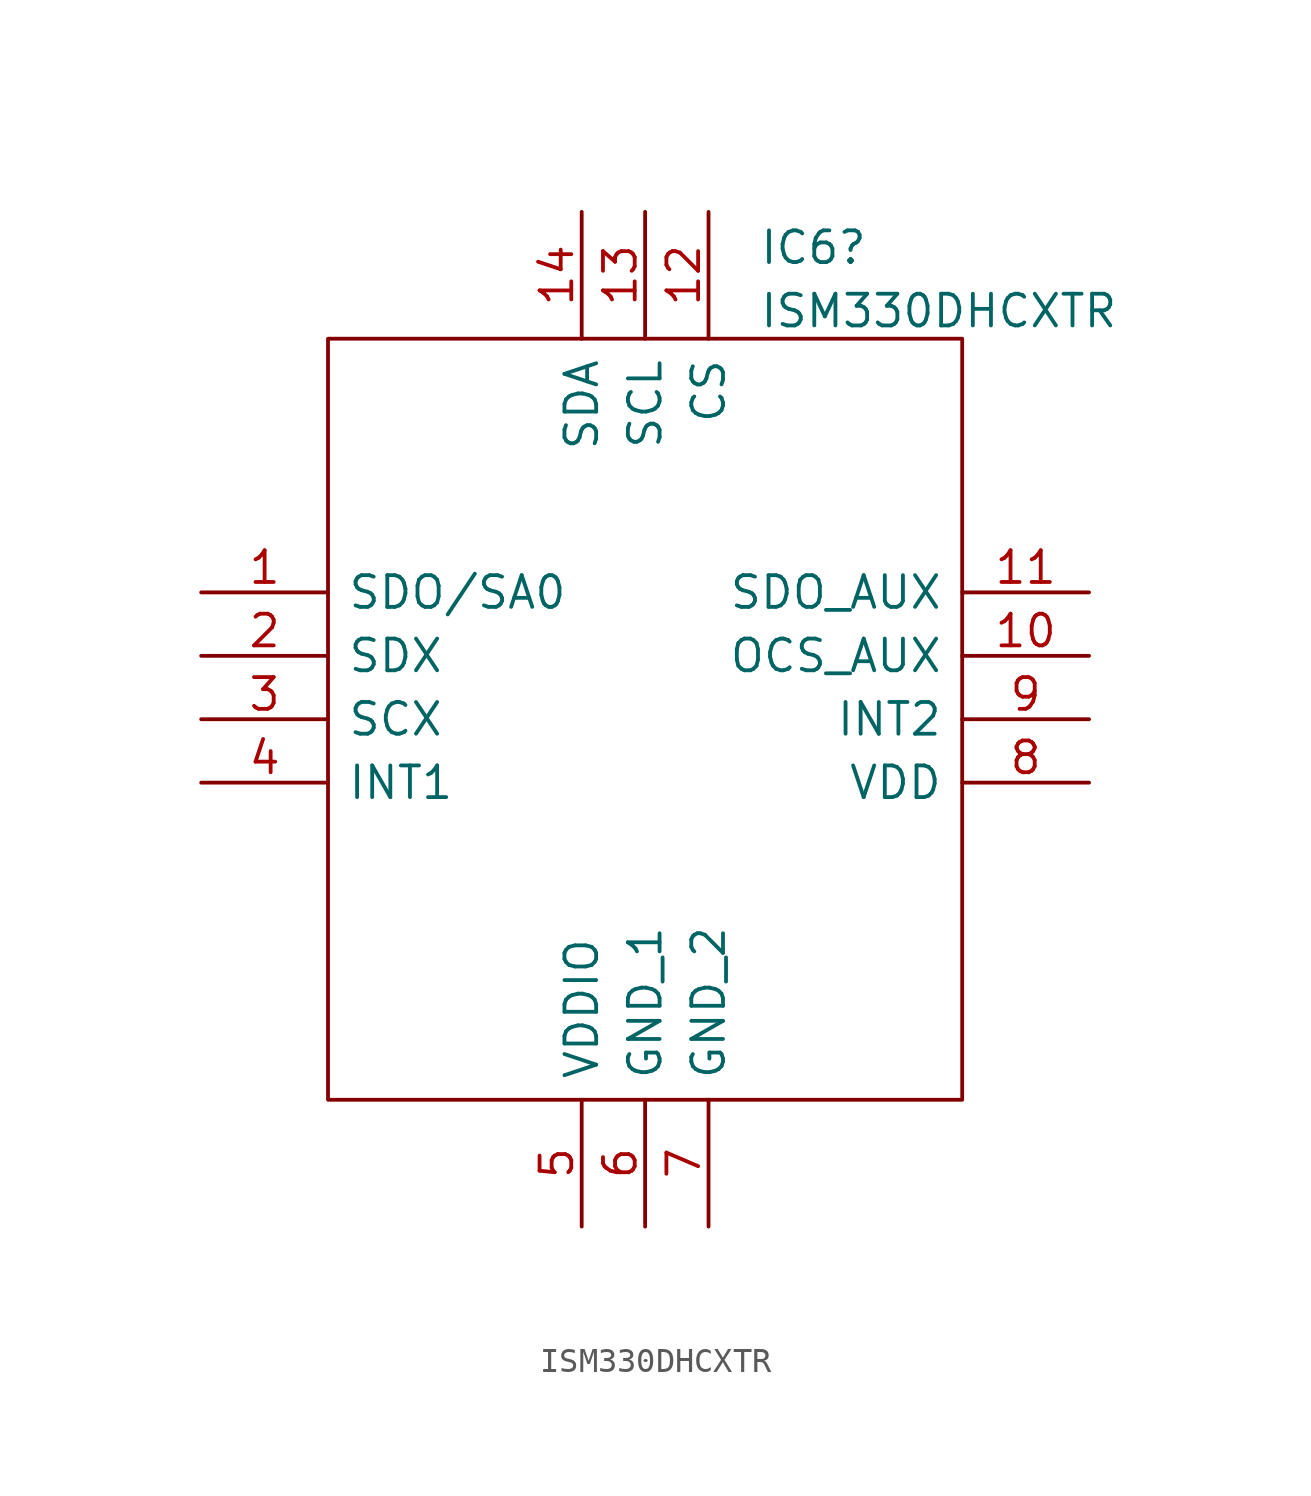
<source format=kicad_sym>
(kicad_symbol_lib
  (version 20220914)
  (generator kicad_symbol_editor)
  (symbol "ISM330DHCXTR"
    (pin_names
      (offset 0.762))
    (property "Reference" "IC6"
      (at 22.339 13.809 0)
      (effects (font (size 1.27 1.27)) (justify left)))
    (property "Value" "ISM330DHCXTR"
      (at 22.339 11.272 0)
      (effects (font (size 1.27 1.27)) (justify left)))
    (symbol "ISM330DHCXTR_0_0"
      (pin passive line (at 0 0 0) (length 5.08) (name "SDO/SA0" (effects (font (size 1.27 1.27)))) (number "1" (effects (font (size 1.27 1.27)))))
      (pin passive line (at 35.56 -2.54 180) (length 5.08) (name "OCS_AUX" (effects (font (size 1.27 1.27)))) (number "10" (effects (font (size 1.27 1.27)))))
      (pin passive line (at 35.56 0 180) (length 5.08) (name "SDO_AUX" (effects (font (size 1.27 1.27)))) (number "11" (effects (font (size 1.27 1.27)))))
      (pin passive line (at 20.32 15.24 270) (length 5.08) (name "CS" (effects (font (size 1.27 1.27)))) (number "12" (effects (font (size 1.27 1.27)))))
      (pin passive line (at 17.78 15.24 270) (length 5.08) (name "SCL" (effects (font (size 1.27 1.27)))) (number "13" (effects (font (size 1.27 1.27)))))
      (pin passive line (at 15.24 15.24 270) (length 5.08) (name "SDA" (effects (font (size 1.27 1.27)))) (number "14" (effects (font (size 1.27 1.27)))))
      (pin passive line (at 0 -2.54 0) (length 5.08) (name "SDX" (effects (font (size 1.27 1.27)))) (number "2" (effects (font (size 1.27 1.27)))))
      (pin passive line (at 0 -5.08 0) (length 5.08) (name "SCX" (effects (font (size 1.27 1.27)))) (number "3" (effects (font (size 1.27 1.27)))))
      (pin passive line (at 0 -7.62 0) (length 5.08) (name "INT1" (effects (font (size 1.27 1.27)))) (number "4" (effects (font (size 1.27 1.27)))))
      (pin passive line (at 15.24 -25.4 90) (length 5.08) (name "VDDIO" (effects (font (size 1.27 1.27)))) (number "5" (effects (font (size 1.27 1.27)))))
      (pin passive line (at 17.78 -25.4 90) (length 5.08) (name "GND_1" (effects (font (size 1.27 1.27)))) (number "6" (effects (font (size 1.27 1.27)))))
      (pin passive line (at 20.32 -25.4 90) (length 5.08) (name "GND_2" (effects (font (size 1.27 1.27)))) (number "7" (effects (font (size 1.27 1.27)))))
      (pin passive line (at 35.56 -7.62 180) (length 5.08) (name "VDD" (effects (font (size 1.27 1.27)))) (number "8" (effects (font (size 1.27 1.27)))))
      (pin passive line (at 35.56 -5.08 180) (length 5.08) (name "INT2" (effects (font (size 1.27 1.27)))) (number "9" (effects (font (size 1.27 1.27))))))
    (symbol "ISM330DHCXTR_0_1"
      (polyline (pts (xy 5.08 10.16) (xy 30.48 10.16) (xy 30.48 -20.32) (xy 5.08 -20.32) (xy 5.08 10.16)) (stroke (width 0.152) (type default)) (fill (type none))))))
</source>
